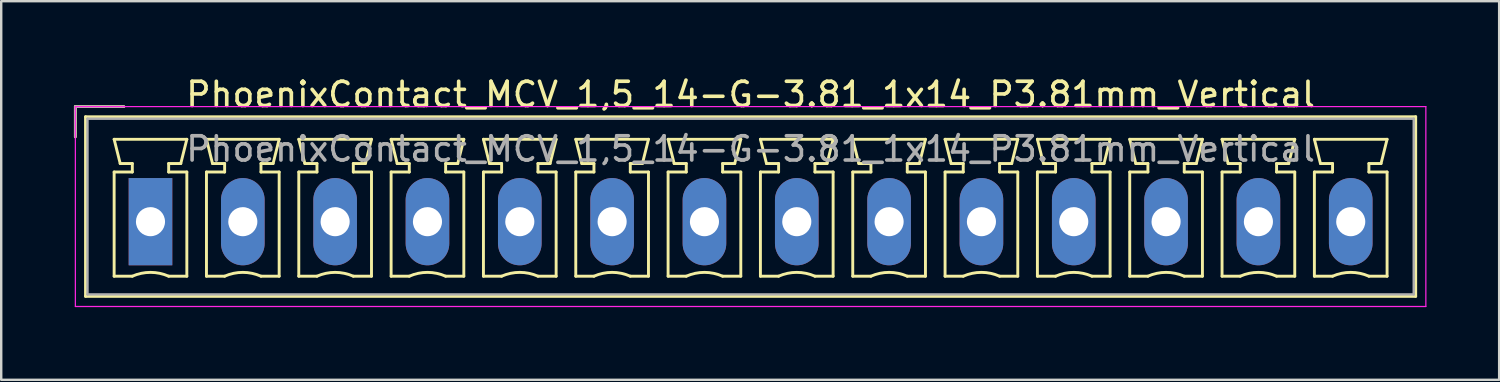
<source format=kicad_pcb>
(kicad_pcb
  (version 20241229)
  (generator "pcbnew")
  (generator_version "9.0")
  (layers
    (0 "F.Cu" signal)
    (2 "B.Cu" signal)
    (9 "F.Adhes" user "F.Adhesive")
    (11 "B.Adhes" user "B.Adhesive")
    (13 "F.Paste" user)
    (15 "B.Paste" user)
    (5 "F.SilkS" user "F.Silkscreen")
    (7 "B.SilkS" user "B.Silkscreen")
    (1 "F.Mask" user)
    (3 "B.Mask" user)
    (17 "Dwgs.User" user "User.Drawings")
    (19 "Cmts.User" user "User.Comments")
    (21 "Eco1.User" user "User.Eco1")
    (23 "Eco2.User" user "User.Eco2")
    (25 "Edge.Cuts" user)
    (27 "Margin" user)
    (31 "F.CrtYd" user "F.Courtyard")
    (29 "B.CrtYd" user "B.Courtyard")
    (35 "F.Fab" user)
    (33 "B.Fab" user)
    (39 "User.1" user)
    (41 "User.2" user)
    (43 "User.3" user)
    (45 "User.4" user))
  (footprint "PhoenixContact_MCV_1,5_14-G-3.81_1x14_P3.81mm_Vertical"
    (layer "F.Cu")
    (at 3.16 6.098)
    (property "Reference" "PhoenixContact_MCV_1,5_14-G-3.81_1x14_P3.81mm_Vertical" (at 24.765 -5.25 0) (layer "F.SilkS") (effects (font (size 1 1) (thickness 0.15))))
    (attr through_hole)
    (fp_line (start -3.1 -4.75) (end -1.1 -4.75) (stroke (width 0.12) (type solid)) (layer "F.SilkS"))
    (fp_line (start -3.1 -3.5) (end -3.1 -4.75) (stroke (width 0.12) (type solid)) (layer "F.SilkS"))
    (fp_line (start -2.68 -4.33) (end -2.68 3.08) (stroke (width 0.12) (type solid)) (layer "F.SilkS"))
    (fp_line (start -2.68 3.08) (end 52.21 3.08) (stroke (width 0.12) (type solid)) (layer "F.SilkS"))
    (fp_line (start -1.5 -3.4) (end 1.5 -3.4) (stroke (width 0.12) (type solid)) (layer "F.SilkS"))
    (fp_line (start -1.5 -2.05) (end -0.75 -2.05) (stroke (width 0.12) (type solid)) (layer "F.SilkS"))
    (fp_line (start -1.5 2.25) (end -1.5 -2.05) (stroke (width 0.12) (type solid)) (layer "F.SilkS"))
    (fp_line (start -1.25 -2.4) (end -1.5 -3.4) (stroke (width 0.12) (type solid)) (layer "F.SilkS"))
    (fp_line (start -0.75 -2.4) (end -1.25 -2.4) (stroke (width 0.12) (type solid)) (layer "F.SilkS"))
    (fp_line (start -0.75 -2.05) (end -0.75 -2.4) (stroke (width 0.12) (type solid)) (layer "F.SilkS"))
    (fp_line (start -0.75 2.25) (end -1.5 2.25) (stroke (width 0.12) (type solid)) (layer "F.SilkS"))
    (fp_line (start 0.75 -2.4) (end 0.75 -2.05) (stroke (width 0.12) (type solid)) (layer "F.SilkS"))
    (fp_line (start 0.75 -2.05) (end 1.5 -2.05) (stroke (width 0.12) (type solid)) (layer "F.SilkS"))
    (fp_line (start 1.25 -2.4) (end 0.75 -2.4) (stroke (width 0.12) (type solid)) (layer "F.SilkS"))
    (fp_line (start 1.5 -3.4) (end 1.25 -2.4) (stroke (width 0.12) (type solid)) (layer "F.SilkS"))
    (fp_line (start 1.5 -2.05) (end 1.5 2.25) (stroke (width 0.12) (type solid)) (layer "F.SilkS"))
    (fp_line (start 1.5 2.25) (end 0.75 2.25) (stroke (width 0.12) (type solid)) (layer "F.SilkS"))
    (fp_line (start 2.31 -3.4) (end 5.31 -3.4) (stroke (width 0.12) (type solid)) (layer "F.SilkS"))
    (fp_line (start 2.31 -2.05) (end 3.06 -2.05) (stroke (width 0.12) (type solid)) (layer "F.SilkS"))
    (fp_line (start 2.31 2.25) (end 2.31 -2.05) (stroke (width 0.12) (type solid)) (layer "F.SilkS"))
    (fp_line (start 2.56 -2.4) (end 2.31 -3.4) (stroke (width 0.12) (type solid)) (layer "F.SilkS"))
    (fp_line (start 3.06 -2.4) (end 2.56 -2.4) (stroke (width 0.12) (type solid)) (layer "F.SilkS"))
    (fp_line (start 3.06 -2.05) (end 3.06 -2.4) (stroke (width 0.12) (type solid)) (layer "F.SilkS"))
    (fp_line (start 3.06 2.25) (end 2.31 2.25) (stroke (width 0.12) (type solid)) (layer "F.SilkS"))
    (fp_line (start 4.56 -2.4) (end 4.56 -2.05) (stroke (width 0.12) (type solid)) (layer "F.SilkS"))
    (fp_line (start 4.56 -2.05) (end 5.31 -2.05) (stroke (width 0.12) (type solid)) (layer "F.SilkS"))
    (fp_line (start 5.06 -2.4) (end 4.56 -2.4) (stroke (width 0.12) (type solid)) (layer "F.SilkS"))
    (fp_line (start 5.31 -3.4) (end 5.06 -2.4) (stroke (width 0.12) (type solid)) (layer "F.SilkS"))
    (fp_line (start 5.31 -2.05) (end 5.31 2.25) (stroke (width 0.12) (type solid)) (layer "F.SilkS"))
    (fp_line (start 5.31 2.25) (end 4.56 2.25) (stroke (width 0.12) (type solid)) (layer "F.SilkS"))
    (fp_line (start 6.12 -3.4) (end 9.12 -3.4) (stroke (width 0.12) (type solid)) (layer "F.SilkS"))
    (fp_line (start 6.12 -2.05) (end 6.87 -2.05) (stroke (width 0.12) (type solid)) (layer "F.SilkS"))
    (fp_line (start 6.12 2.25) (end 6.12 -2.05) (stroke (width 0.12) (type solid)) (layer "F.SilkS"))
    (fp_line (start 6.37 -2.4) (end 6.12 -3.4) (stroke (width 0.12) (type solid)) (layer "F.SilkS"))
    (fp_line (start 6.87 -2.4) (end 6.37 -2.4) (stroke (width 0.12) (type solid)) (layer "F.SilkS"))
    (fp_line (start 6.87 -2.05) (end 6.87 -2.4) (stroke (width 0.12) (type solid)) (layer "F.SilkS"))
    (fp_line (start 6.87 2.25) (end 6.12 2.25) (stroke (width 0.12) (type solid)) (layer "F.SilkS"))
    (fp_line (start 8.37 -2.4) (end 8.37 -2.05) (stroke (width 0.12) (type solid)) (layer "F.SilkS"))
    (fp_line (start 8.37 -2.05) (end 9.12 -2.05) (stroke (width 0.12) (type solid)) (layer "F.SilkS"))
    (fp_line (start 8.87 -2.4) (end 8.37 -2.4) (stroke (width 0.12) (type solid)) (layer "F.SilkS"))
    (fp_line (start 9.12 -3.4) (end 8.87 -2.4) (stroke (width 0.12) (type solid)) (layer "F.SilkS"))
    (fp_line (start 9.12 -2.05) (end 9.12 2.25) (stroke (width 0.12) (type solid)) (layer "F.SilkS"))
    (fp_line (start 9.12 2.25) (end 8.37 2.25) (stroke (width 0.12) (type solid)) (layer "F.SilkS"))
    (fp_line (start 9.93 -3.4) (end 12.93 -3.4) (stroke (width 0.12) (type solid)) (layer "F.SilkS"))
    (fp_line (start 9.93 -2.05) (end 10.68 -2.05) (stroke (width 0.12) (type solid)) (layer "F.SilkS"))
    (fp_line (start 9.93 2.25) (end 9.93 -2.05) (stroke (width 0.12) (type solid)) (layer "F.SilkS"))
    (fp_line (start 10.18 -2.4) (end 9.93 -3.4) (stroke (width 0.12) (type solid)) (layer "F.SilkS"))
    (fp_line (start 10.68 -2.4) (end 10.18 -2.4) (stroke (width 0.12) (type solid)) (layer "F.SilkS"))
    (fp_line (start 10.68 -2.05) (end 10.68 -2.4) (stroke (width 0.12) (type solid)) (layer "F.SilkS"))
    (fp_line (start 10.68 2.25) (end 9.93 2.25) (stroke (width 0.12) (type solid)) (layer "F.SilkS"))
    (fp_line (start 12.18 -2.4) (end 12.18 -2.05) (stroke (width 0.12) (type solid)) (layer "F.SilkS"))
    (fp_line (start 12.18 -2.05) (end 12.93 -2.05) (stroke (width 0.12) (type solid)) (layer "F.SilkS"))
    (fp_line (start 12.68 -2.4) (end 12.18 -2.4) (stroke (width 0.12) (type solid)) (layer "F.SilkS"))
    (fp_line (start 12.93 -3.4) (end 12.68 -2.4) (stroke (width 0.12) (type solid)) (layer "F.SilkS"))
    (fp_line (start 12.93 -2.05) (end 12.93 2.25) (stroke (width 0.12) (type solid)) (layer "F.SilkS"))
    (fp_line (start 12.93 2.25) (end 12.18 2.25) (stroke (width 0.12) (type solid)) (layer "F.SilkS"))
    (fp_line (start 13.74 -3.4) (end 16.74 -3.4) (stroke (width 0.12) (type solid)) (layer "F.SilkS"))
    (fp_line (start 13.74 -2.05) (end 14.49 -2.05) (stroke (width 0.12) (type solid)) (layer "F.SilkS"))
    (fp_line (start 13.74 2.25) (end 13.74 -2.05) (stroke (width 0.12) (type solid)) (layer "F.SilkS"))
    (fp_line (start 13.99 -2.4) (end 13.74 -3.4) (stroke (width 0.12) (type solid)) (layer "F.SilkS"))
    (fp_line (start 14.49 -2.4) (end 13.99 -2.4) (stroke (width 0.12) (type solid)) (layer "F.SilkS"))
    (fp_line (start 14.49 -2.05) (end 14.49 -2.4) (stroke (width 0.12) (type solid)) (layer "F.SilkS"))
    (fp_line (start 14.49 2.25) (end 13.74 2.25) (stroke (width 0.12) (type solid)) (layer "F.SilkS"))
    (fp_line (start 15.99 -2.4) (end 15.99 -2.05) (stroke (width 0.12) (type solid)) (layer "F.SilkS"))
    (fp_line (start 15.99 -2.05) (end 16.74 -2.05) (stroke (width 0.12) (type solid)) (layer "F.SilkS"))
    (fp_line (start 16.49 -2.4) (end 15.99 -2.4) (stroke (width 0.12) (type solid)) (layer "F.SilkS"))
    (fp_line (start 16.74 -3.4) (end 16.49 -2.4) (stroke (width 0.12) (type solid)) (layer "F.SilkS"))
    (fp_line (start 16.74 -2.05) (end 16.74 2.25) (stroke (width 0.12) (type solid)) (layer "F.SilkS"))
    (fp_line (start 16.74 2.25) (end 15.99 2.25) (stroke (width 0.12) (type solid)) (layer "F.SilkS"))
    (fp_line (start 17.55 -3.4) (end 20.55 -3.4) (stroke (width 0.12) (type solid)) (layer "F.SilkS"))
    (fp_line (start 17.55 -2.05) (end 18.3 -2.05) (stroke (width 0.12) (type solid)) (layer "F.SilkS"))
    (fp_line (start 17.55 2.25) (end 17.55 -2.05) (stroke (width 0.12) (type solid)) (layer "F.SilkS"))
    (fp_line (start 17.8 -2.4) (end 17.55 -3.4) (stroke (width 0.12) (type solid)) (layer "F.SilkS"))
    (fp_line (start 18.3 -2.4) (end 17.8 -2.4) (stroke (width 0.12) (type solid)) (layer "F.SilkS"))
    (fp_line (start 18.3 -2.05) (end 18.3 -2.4) (stroke (width 0.12) (type solid)) (layer "F.SilkS"))
    (fp_line (start 18.3 2.25) (end 17.55 2.25) (stroke (width 0.12) (type solid)) (layer "F.SilkS"))
    (fp_line (start 19.8 -2.4) (end 19.8 -2.05) (stroke (width 0.12) (type solid)) (layer "F.SilkS"))
    (fp_line (start 19.8 -2.05) (end 20.55 -2.05) (stroke (width 0.12) (type solid)) (layer "F.SilkS"))
    (fp_line (start 20.3 -2.4) (end 19.8 -2.4) (stroke (width 0.12) (type solid)) (layer "F.SilkS"))
    (fp_line (start 20.55 -3.4) (end 20.3 -2.4) (stroke (width 0.12) (type solid)) (layer "F.SilkS"))
    (fp_line (start 20.55 -2.05) (end 20.55 2.25) (stroke (width 0.12) (type solid)) (layer "F.SilkS"))
    (fp_line (start 20.55 2.25) (end 19.8 2.25) (stroke (width 0.12) (type solid)) (layer "F.SilkS"))
    (fp_line (start 21.36 -3.4) (end 24.36 -3.4) (stroke (width 0.12) (type solid)) (layer "F.SilkS"))
    (fp_line (start 21.36 -2.05) (end 22.11 -2.05) (stroke (width 0.12) (type solid)) (layer "F.SilkS"))
    (fp_line (start 21.36 2.25) (end 21.36 -2.05) (stroke (width 0.12) (type solid)) (layer "F.SilkS"))
    (fp_line (start 21.61 -2.4) (end 21.36 -3.4) (stroke (width 0.12) (type solid)) (layer "F.SilkS"))
    (fp_line (start 22.11 -2.4) (end 21.61 -2.4) (stroke (width 0.12) (type solid)) (layer "F.SilkS"))
    (fp_line (start 22.11 -2.05) (end 22.11 -2.4) (stroke (width 0.12) (type solid)) (layer "F.SilkS"))
    (fp_line (start 22.11 2.25) (end 21.36 2.25) (stroke (width 0.12) (type solid)) (layer "F.SilkS"))
    (fp_line (start 23.61 -2.4) (end 23.61 -2.05) (stroke (width 0.12) (type solid)) (layer "F.SilkS"))
    (fp_line (start 23.61 -2.05) (end 24.36 -2.05) (stroke (width 0.12) (type solid)) (layer "F.SilkS"))
    (fp_line (start 24.11 -2.4) (end 23.61 -2.4) (stroke (width 0.12) (type solid)) (layer "F.SilkS"))
    (fp_line (start 24.36 -3.4) (end 24.11 -2.4) (stroke (width 0.12) (type solid)) (layer "F.SilkS"))
    (fp_line (start 24.36 -2.05) (end 24.36 2.25) (stroke (width 0.12) (type solid)) (layer "F.SilkS"))
    (fp_line (start 24.36 2.25) (end 23.61 2.25) (stroke (width 0.12) (type solid)) (layer "F.SilkS"))
    (fp_line (start 25.17 -3.4) (end 28.17 -3.4) (stroke (width 0.12) (type solid)) (layer "F.SilkS"))
    (fp_line (start 25.17 -2.05) (end 25.92 -2.05) (stroke (width 0.12) (type solid)) (layer "F.SilkS"))
    (fp_line (start 25.17 2.25) (end 25.17 -2.05) (stroke (width 0.12) (type solid)) (layer "F.SilkS"))
    (fp_line (start 25.42 -2.4) (end 25.17 -3.4) (stroke (width 0.12) (type solid)) (layer "F.SilkS"))
    (fp_line (start 25.92 -2.4) (end 25.42 -2.4) (stroke (width 0.12) (type solid)) (layer "F.SilkS"))
    (fp_line (start 25.92 -2.05) (end 25.92 -2.4) (stroke (width 0.12) (type solid)) (layer "F.SilkS"))
    (fp_line (start 25.92 2.25) (end 25.17 2.25) (stroke (width 0.12) (type solid)) (layer "F.SilkS"))
    (fp_line (start 27.42 -2.4) (end 27.42 -2.05) (stroke (width 0.12) (type solid)) (layer "F.SilkS"))
    (fp_line (start 27.42 -2.05) (end 28.17 -2.05) (stroke (width 0.12) (type solid)) (layer "F.SilkS"))
    (fp_line (start 27.92 -2.4) (end 27.42 -2.4) (stroke (width 0.12) (type solid)) (layer "F.SilkS"))
    (fp_line (start 28.17 -3.4) (end 27.92 -2.4) (stroke (width 0.12) (type solid)) (layer "F.SilkS"))
    (fp_line (start 28.17 -2.05) (end 28.17 2.25) (stroke (width 0.12) (type solid)) (layer "F.SilkS"))
    (fp_line (start 28.17 2.25) (end 27.42 2.25) (stroke (width 0.12) (type solid)) (layer "F.SilkS"))
    (fp_line (start 28.98 -3.4) (end 31.98 -3.4) (stroke (width 0.12) (type solid)) (layer "F.SilkS"))
    (fp_line (start 28.98 -2.05) (end 29.73 -2.05) (stroke (width 0.12) (type solid)) (layer "F.SilkS"))
    (fp_line (start 28.98 2.25) (end 28.98 -2.05) (stroke (width 0.12) (type solid)) (layer "F.SilkS"))
    (fp_line (start 29.23 -2.4) (end 28.98 -3.4) (stroke (width 0.12) (type solid)) (layer "F.SilkS"))
    (fp_line (start 29.73 -2.4) (end 29.23 -2.4) (stroke (width 0.12) (type solid)) (layer "F.SilkS"))
    (fp_line (start 29.73 -2.05) (end 29.73 -2.4) (stroke (width 0.12) (type solid)) (layer "F.SilkS"))
    (fp_line (start 29.73 2.25) (end 28.98 2.25) (stroke (width 0.12) (type solid)) (layer "F.SilkS"))
    (fp_line (start 31.23 -2.4) (end 31.23 -2.05) (stroke (width 0.12) (type solid)) (layer "F.SilkS"))
    (fp_line (start 31.23 -2.05) (end 31.98 -2.05) (stroke (width 0.12) (type solid)) (layer "F.SilkS"))
    (fp_line (start 31.73 -2.4) (end 31.23 -2.4) (stroke (width 0.12) (type solid)) (layer "F.SilkS"))
    (fp_line (start 31.98 -3.4) (end 31.73 -2.4) (stroke (width 0.12) (type solid)) (layer "F.SilkS"))
    (fp_line (start 31.98 -2.05) (end 31.98 2.25) (stroke (width 0.12) (type solid)) (layer "F.SilkS"))
    (fp_line (start 31.98 2.25) (end 31.23 2.25) (stroke (width 0.12) (type solid)) (layer "F.SilkS"))
    (fp_line (start 32.79 -3.4) (end 35.79 -3.4) (stroke (width 0.12) (type solid)) (layer "F.SilkS"))
    (fp_line (start 32.79 -2.05) (end 33.54 -2.05) (stroke (width 0.12) (type solid)) (layer "F.SilkS"))
    (fp_line (start 32.79 2.25) (end 32.79 -2.05) (stroke (width 0.12) (type solid)) (layer "F.SilkS"))
    (fp_line (start 33.04 -2.4) (end 32.79 -3.4) (stroke (width 0.12) (type solid)) (layer "F.SilkS"))
    (fp_line (start 33.54 -2.4) (end 33.04 -2.4) (stroke (width 0.12) (type solid)) (layer "F.SilkS"))
    (fp_line (start 33.54 -2.05) (end 33.54 -2.4) (stroke (width 0.12) (type solid)) (layer "F.SilkS"))
    (fp_line (start 33.54 2.25) (end 32.79 2.25) (stroke (width 0.12) (type solid)) (layer "F.SilkS"))
    (fp_line (start 35.04 -2.4) (end 35.04 -2.05) (stroke (width 0.12) (type solid)) (layer "F.SilkS"))
    (fp_line (start 35.04 -2.05) (end 35.79 -2.05) (stroke (width 0.12) (type solid)) (layer "F.SilkS"))
    (fp_line (start 35.54 -2.4) (end 35.04 -2.4) (stroke (width 0.12) (type solid)) (layer "F.SilkS"))
    (fp_line (start 35.79 -3.4) (end 35.54 -2.4) (stroke (width 0.12) (type solid)) (layer "F.SilkS"))
    (fp_line (start 35.79 -2.05) (end 35.79 2.25) (stroke (width 0.12) (type solid)) (layer "F.SilkS"))
    (fp_line (start 35.79 2.25) (end 35.04 2.25) (stroke (width 0.12) (type solid)) (layer "F.SilkS"))
    (fp_line (start 36.6 -3.4) (end 39.6 -3.4) (stroke (width 0.12) (type solid)) (layer "F.SilkS"))
    (fp_line (start 36.6 -2.05) (end 37.35 -2.05) (stroke (width 0.12) (type solid)) (layer "F.SilkS"))
    (fp_line (start 36.6 2.25) (end 36.6 -2.05) (stroke (width 0.12) (type solid)) (layer "F.SilkS"))
    (fp_line (start 36.85 -2.4) (end 36.6 -3.4) (stroke (width 0.12) (type solid)) (layer "F.SilkS"))
    (fp_line (start 37.35 -2.4) (end 36.85 -2.4) (stroke (width 0.12) (type solid)) (layer "F.SilkS"))
    (fp_line (start 37.35 -2.05) (end 37.35 -2.4) (stroke (width 0.12) (type solid)) (layer "F.SilkS"))
    (fp_line (start 37.35 2.25) (end 36.6 2.25) (stroke (width 0.12) (type solid)) (layer "F.SilkS"))
    (fp_line (start 38.85 -2.4) (end 38.85 -2.05) (stroke (width 0.12) (type solid)) (layer "F.SilkS"))
    (fp_line (start 38.85 -2.05) (end 39.6 -2.05) (stroke (width 0.12) (type solid)) (layer "F.SilkS"))
    (fp_line (start 39.35 -2.4) (end 38.85 -2.4) (stroke (width 0.12) (type solid)) (layer "F.SilkS"))
    (fp_line (start 39.6 -3.4) (end 39.35 -2.4) (stroke (width 0.12) (type solid)) (layer "F.SilkS"))
    (fp_line (start 39.6 -2.05) (end 39.6 2.25) (stroke (width 0.12) (type solid)) (layer "F.SilkS"))
    (fp_line (start 39.6 2.25) (end 38.85 2.25) (stroke (width 0.12) (type solid)) (layer "F.SilkS"))
    (fp_line (start 40.41 -3.4) (end 43.41 -3.4) (stroke (width 0.12) (type solid)) (layer "F.SilkS"))
    (fp_line (start 40.41 -2.05) (end 41.16 -2.05) (stroke (width 0.12) (type solid)) (layer "F.SilkS"))
    (fp_line (start 40.41 2.25) (end 40.41 -2.05) (stroke (width 0.12) (type solid)) (layer "F.SilkS"))
    (fp_line (start 40.66 -2.4) (end 40.41 -3.4) (stroke (width 0.12) (type solid)) (layer "F.SilkS"))
    (fp_line (start 41.16 -2.4) (end 40.66 -2.4) (stroke (width 0.12) (type solid)) (layer "F.SilkS"))
    (fp_line (start 41.16 -2.05) (end 41.16 -2.4) (stroke (width 0.12) (type solid)) (layer "F.SilkS"))
    (fp_line (start 41.16 2.25) (end 40.41 2.25) (stroke (width 0.12) (type solid)) (layer "F.SilkS"))
    (fp_line (start 42.66 -2.4) (end 42.66 -2.05) (stroke (width 0.12) (type solid)) (layer "F.SilkS"))
    (fp_line (start 42.66 -2.05) (end 43.41 -2.05) (stroke (width 0.12) (type solid)) (layer "F.SilkS"))
    (fp_line (start 43.16 -2.4) (end 42.66 -2.4) (stroke (width 0.12) (type solid)) (layer "F.SilkS"))
    (fp_line (start 43.41 -3.4) (end 43.16 -2.4) (stroke (width 0.12) (type solid)) (layer "F.SilkS"))
    (fp_line (start 43.41 -2.05) (end 43.41 2.25) (stroke (width 0.12) (type solid)) (layer "F.SilkS"))
    (fp_line (start 43.41 2.25) (end 42.66 2.25) (stroke (width 0.12) (type solid)) (layer "F.SilkS"))
    (fp_line (start 44.22 -3.4) (end 47.22 -3.4) (stroke (width 0.12) (type solid)) (layer "F.SilkS"))
    (fp_line (start 44.22 -2.05) (end 44.97 -2.05) (stroke (width 0.12) (type solid)) (layer "F.SilkS"))
    (fp_line (start 44.22 2.25) (end 44.22 -2.05) (stroke (width 0.12) (type solid)) (layer "F.SilkS"))
    (fp_line (start 44.47 -2.4) (end 44.22 -3.4) (stroke (width 0.12) (type solid)) (layer "F.SilkS"))
    (fp_line (start 44.97 -2.4) (end 44.47 -2.4) (stroke (width 0.12) (type solid)) (layer "F.SilkS"))
    (fp_line (start 44.97 -2.05) (end 44.97 -2.4) (stroke (width 0.12) (type solid)) (layer "F.SilkS"))
    (fp_line (start 44.97 2.25) (end 44.22 2.25) (stroke (width 0.12) (type solid)) (layer "F.SilkS"))
    (fp_line (start 46.47 -2.4) (end 46.47 -2.05) (stroke (width 0.12) (type solid)) (layer "F.SilkS"))
    (fp_line (start 46.47 -2.05) (end 47.22 -2.05) (stroke (width 0.12) (type solid)) (layer "F.SilkS"))
    (fp_line (start 46.97 -2.4) (end 46.47 -2.4) (stroke (width 0.12) (type solid)) (layer "F.SilkS"))
    (fp_line (start 47.22 -3.4) (end 46.97 -2.4) (stroke (width 0.12) (type solid)) (layer "F.SilkS"))
    (fp_line (start 47.22 -2.05) (end 47.22 2.25) (stroke (width 0.12) (type solid)) (layer "F.SilkS"))
    (fp_line (start 47.22 2.25) (end 46.47 2.25) (stroke (width 0.12) (type solid)) (layer "F.SilkS"))
    (fp_line (start 48.03 -3.4) (end 51.03 -3.4) (stroke (width 0.12) (type solid)) (layer "F.SilkS"))
    (fp_line (start 48.03 -2.05) (end 48.78 -2.05) (stroke (width 0.12) (type solid)) (layer "F.SilkS"))
    (fp_line (start 48.03 2.25) (end 48.03 -2.05) (stroke (width 0.12) (type solid)) (layer "F.SilkS"))
    (fp_line (start 48.28 -2.4) (end 48.03 -3.4) (stroke (width 0.12) (type solid)) (layer "F.SilkS"))
    (fp_line (start 48.78 -2.4) (end 48.28 -2.4) (stroke (width 0.12) (type solid)) (layer "F.SilkS"))
    (fp_line (start 48.78 -2.05) (end 48.78 -2.4) (stroke (width 0.12) (type solid)) (layer "F.SilkS"))
    (fp_line (start 48.78 2.25) (end 48.03 2.25) (stroke (width 0.12) (type solid)) (layer "F.SilkS"))
    (fp_line (start 50.28 -2.4) (end 50.28 -2.05) (stroke (width 0.12) (type solid)) (layer "F.SilkS"))
    (fp_line (start 50.28 -2.05) (end 51.03 -2.05) (stroke (width 0.12) (type solid)) (layer "F.SilkS"))
    (fp_line (start 50.78 -2.4) (end 50.28 -2.4) (stroke (width 0.12) (type solid)) (layer "F.SilkS"))
    (fp_line (start 51.03 -3.4) (end 50.78 -2.4) (stroke (width 0.12) (type solid)) (layer "F.SilkS"))
    (fp_line (start 51.03 -2.05) (end 51.03 2.25) (stroke (width 0.12) (type solid)) (layer "F.SilkS"))
    (fp_line (start 51.03 2.25) (end 50.28 2.25) (stroke (width 0.12) (type solid)) (layer "F.SilkS"))
    (fp_line (start 52.21 -4.33) (end -2.68 -4.33) (stroke (width 0.12) (type solid)) (layer "F.SilkS"))
    (fp_line (start 52.21 3.08) (end 52.21 -4.33) (stroke (width 0.12) (type solid)) (layer "F.SilkS"))
    (fp_arc (start -0.75 2.25) (mid -0.000193 2.09191) (end 0.749647 2.249844) (stroke (width 0.12) (type solid)) (layer "F.SilkS"))
    (fp_arc (start 3.06 2.25) (mid 3.809807 2.09191) (end 4.559647 2.249844) (stroke (width 0.12) (type solid)) (layer "F.SilkS"))
    (fp_arc (start 6.87 2.25) (mid 7.619807 2.09191) (end 8.369647 2.249844) (stroke (width 0.12) (type solid)) (layer "F.SilkS"))
    (fp_arc (start 10.68 2.25) (mid 11.429807 2.09191) (end 12.179647 2.249844) (stroke (width 0.12) (type solid)) (layer "F.SilkS"))
    (fp_arc (start 14.49 2.25) (mid 15.239807 2.09191) (end 15.989647 2.249844) (stroke (width 0.12) (type solid)) (layer "F.SilkS"))
    (fp_arc (start 18.3 2.25) (mid 19.049807 2.09191) (end 19.799647 2.249844) (stroke (width 0.12) (type solid)) (layer "F.SilkS"))
    (fp_arc (start 22.11 2.25) (mid 22.859807 2.09191) (end 23.609647 2.249844) (stroke (width 0.12) (type solid)) (layer "F.SilkS"))
    (fp_arc (start 25.92 2.25) (mid 26.669807 2.09191) (end 27.419647 2.249844) (stroke (width 0.12) (type solid)) (layer "F.SilkS"))
    (fp_arc (start 29.73 2.25) (mid 30.479807 2.09191) (end 31.229647 2.249844) (stroke (width 0.12) (type solid)) (layer "F.SilkS"))
    (fp_arc (start 33.54 2.25) (mid 34.289807 2.09191) (end 35.039647 2.249844) (stroke (width 0.12) (type solid)) (layer "F.SilkS"))
    (fp_arc (start 37.35 2.25) (mid 38.099807 2.09191) (end 38.849647 2.249844) (stroke (width 0.12) (type solid)) (layer "F.SilkS"))
    (fp_arc (start 41.16 2.25) (mid 41.909807 2.09191) (end 42.659647 2.249844) (stroke (width 0.12) (type solid)) (layer "F.SilkS"))
    (fp_arc (start 44.97 2.25) (mid 45.719807 2.09191) (end 46.469647 2.249844) (stroke (width 0.12) (type solid)) (layer "F.SilkS"))
    (fp_arc (start 48.78 2.25) (mid 49.529807 2.09191) (end 50.279647 2.249844) (stroke (width 0.12) (type solid)) (layer "F.SilkS"))
    (fp_line (start -3.1 -4.75) (end -3.1 3.5) (stroke (width 0.05) (type solid)) (layer "F.CrtYd"))
    (fp_line (start -3.1 3.5) (end 52.63 3.5) (stroke (width 0.05) (type solid)) (layer "F.CrtYd"))
    (fp_line (start 52.63 -4.75) (end -3.1 -4.75) (stroke (width 0.05) (type solid)) (layer "F.CrtYd"))
    (fp_line (start 52.63 3.5) (end 52.63 -4.75) (stroke (width 0.05) (type solid)) (layer "F.CrtYd"))
    (fp_line (start -3.1 -4.75) (end -1.1 -4.75) (stroke (width 0.1) (type solid)) (layer "F.Fab"))
    (fp_line (start -3.1 -3.5) (end -3.1 -4.75) (stroke (width 0.1) (type solid)) (layer "F.Fab"))
    (fp_line (start -2.6 -4.25) (end -2.6 3) (stroke (width 0.1) (type solid)) (layer "F.Fab"))
    (fp_line (start -2.6 3) (end 52.13 3) (stroke (width 0.1) (type solid)) (layer "F.Fab"))
    (fp_line (start 52.13 -4.25) (end -2.6 -4.25) (stroke (width 0.1) (type solid)) (layer "F.Fab"))
    (fp_line (start 52.13 3) (end 52.13 -4.25) (stroke (width 0.1) (type solid)) (layer "F.Fab"))
    (fp_text user "${REFERENCE}" (at 24.765 -3 0) (layer "F.Fab") (effects (font (size 1 1) (thickness 0.15))))
    (pad "1" thru_hole rect (at 0 0) (size 1.8 3.6) (drill 1.2) (layers "*.Cu" "*.Mask"))
    (pad "2" thru_hole oval (at 3.81 0) (size 1.8 3.6) (drill 1.2) (layers "*.Cu" "*.Mask"))
    (pad "3" thru_hole oval (at 7.62 0) (size 1.8 3.6) (drill 1.2) (layers "*.Cu" "*.Mask"))
    (pad "4" thru_hole oval (at 11.43 0) (size 1.8 3.6) (drill 1.2) (layers "*.Cu" "*.Mask"))
    (pad "5" thru_hole oval (at 15.24 0) (size 1.8 3.6) (drill 1.2) (layers "*.Cu" "*.Mask"))
    (pad "6" thru_hole oval (at 19.05 0) (size 1.8 3.6) (drill 1.2) (layers "*.Cu" "*.Mask"))
    (pad "7" thru_hole oval (at 22.86 0) (size 1.8 3.6) (drill 1.2) (layers "*.Cu" "*.Mask"))
    (pad "8" thru_hole oval (at 26.67 0) (size 1.8 3.6) (drill 1.2) (layers "*.Cu" "*.Mask"))
    (pad "9" thru_hole oval (at 30.48 0) (size 1.8 3.6) (drill 1.2) (layers "*.Cu" "*.Mask"))
    (pad "10" thru_hole oval (at 34.29 0) (size 1.8 3.6) (drill 1.2) (layers "*.Cu" "*.Mask"))
    (pad "11" thru_hole oval (at 38.1 0) (size 1.8 3.6) (drill 1.2) (layers "*.Cu" "*.Mask"))
    (pad "12" thru_hole oval (at 41.91 0) (size 1.8 3.6) (drill 1.2) (layers "*.Cu" "*.Mask"))
    (pad "13" thru_hole oval (at 45.72 0) (size 1.8 3.6) (drill 1.2) (layers "*.Cu" "*.Mask"))
    (pad "14" thru_hole oval (at 49.53 0) (size 1.8 3.6) (drill 1.2) (layers "*.Cu" "*.Mask")))
  (gr_rect
    (start -3 -3)
    (end 58.815 12.623)
    (stroke (width 0.1) (type default))
    (fill no)
    (layer "Edge.Cuts")))
</source>
